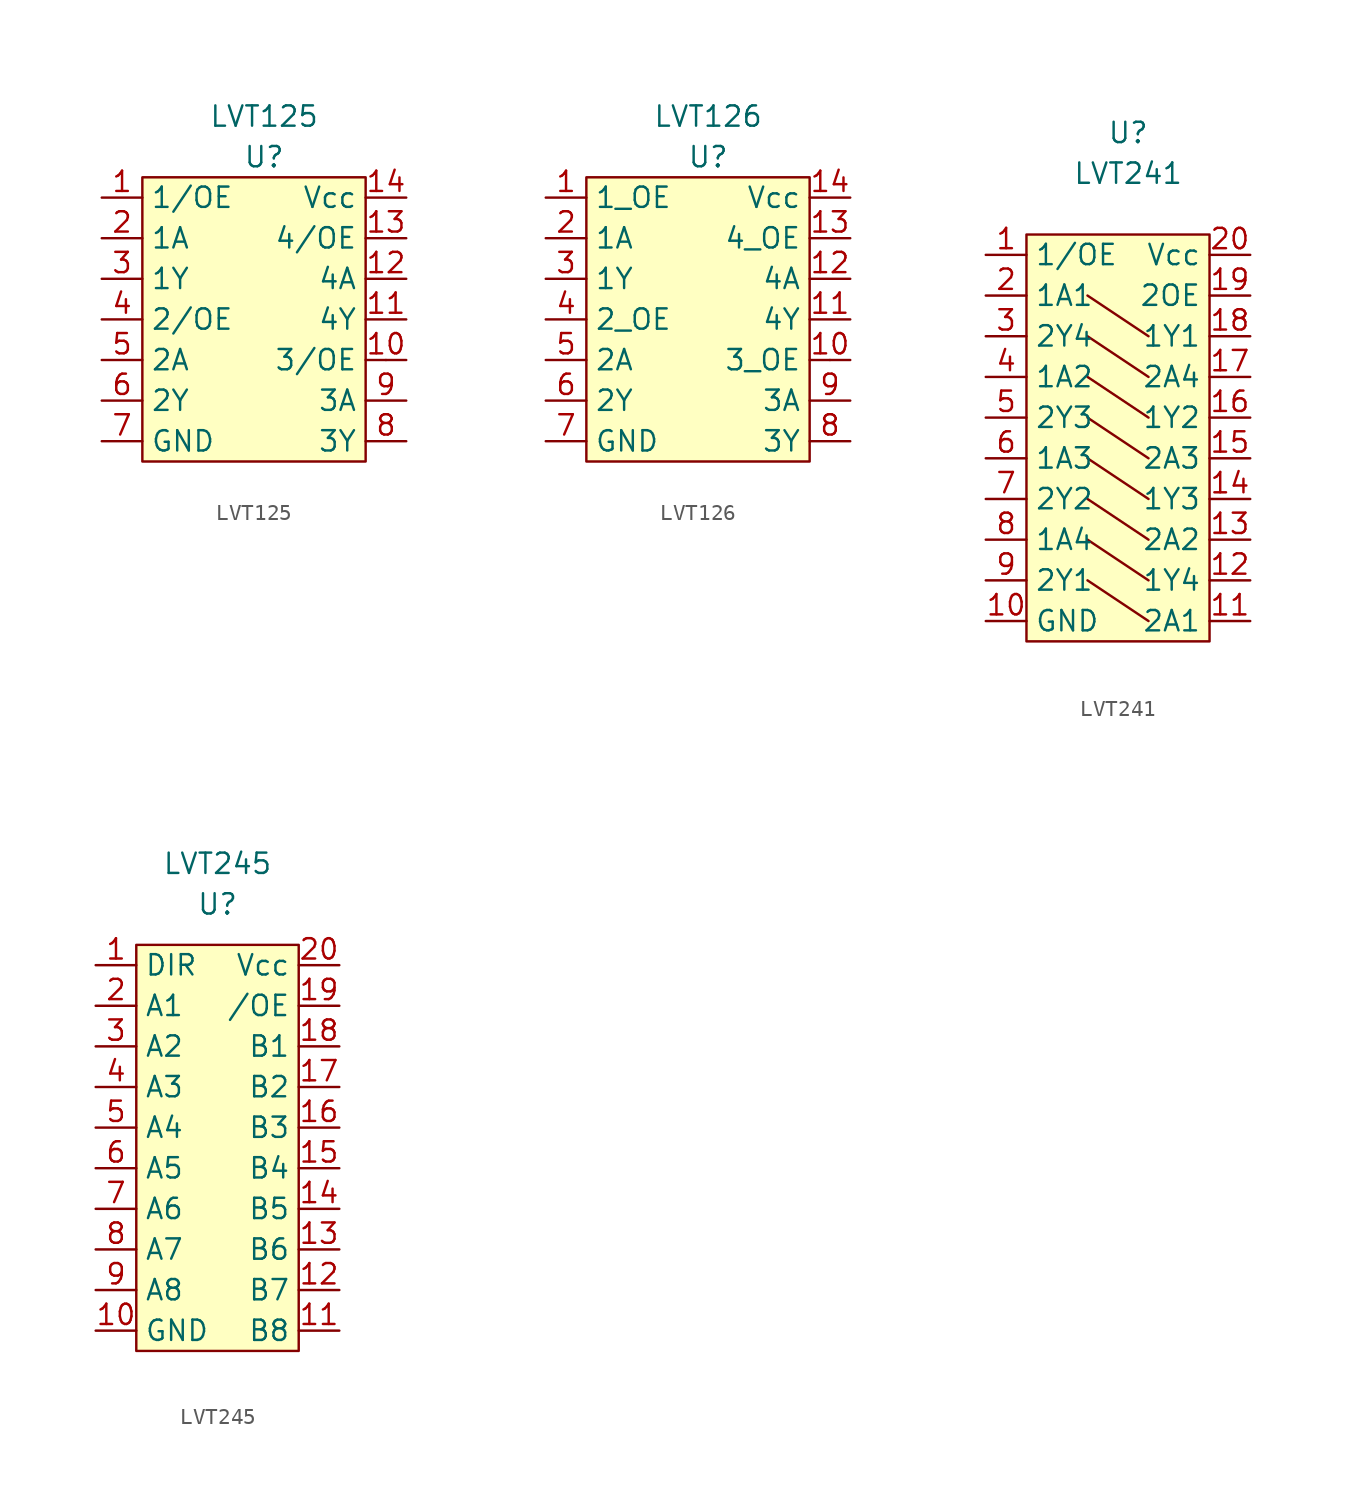
<source format=kicad_sym>
(kicad_symbol_lib
  (version 20211014)
  (generator kicad_symbol_editor)
  (symbol "LVT125"
    (property "Reference" "U"
      (at 0 0 0)
      (effects (font (size 1.27 1.27))))
    (property "Value" "LVT125"
      (at 0 2.54 0)
      (effects (font (size 1.27 1.27))))
    (symbol "LVT125_0_1"
      (rectangle (start -7.62 -1.27) (end 6.35 -19.05) (stroke (width 0) (type default) (color 0 0 0 0)) (fill (type background)))
      (rectangle (start 7.62 -12.7) (end 7.62 -12.7) (stroke (width 0) (type default) (color 0 0 0 0)) (fill (type none))))
    (symbol "LVT125_1_1"
      (pin input line (at -10.16 -2.54 0) (length 2.54) (name "1/OE" (effects (font (size 1.27 1.27)))) (number "1" (effects (font (size 1.27 1.27)))))
      (pin bidirectional line (at 8.89 -12.7 180) (length 2.54) (name "3/OE" (effects (font (size 1.27 1.27)))) (number "10" (effects (font (size 1.27 1.27)))))
      (pin bidirectional line (at 8.89 -10.16 180) (length 2.54) (name "4Y" (effects (font (size 1.27 1.27)))) (number "11" (effects (font (size 1.27 1.27)))))
      (pin bidirectional line (at 8.89 -7.62 180) (length 2.54) (name "4A" (effects (font (size 1.27 1.27)))) (number "12" (effects (font (size 1.27 1.27)))))
      (pin bidirectional line (at 8.89 -5.08 180) (length 2.54) (name "4/OE" (effects (font (size 1.27 1.27)))) (number "13" (effects (font (size 1.27 1.27)))))
      (pin bidirectional line (at 8.89 -2.54 180) (length 2.54) (name "Vcc" (effects (font (size 1.27 1.27)))) (number "14" (effects (font (size 1.27 1.27)))))
      (pin bidirectional line (at -10.16 -5.08 0) (length 2.54) (name "1A" (effects (font (size 1.27 1.27)))) (number "2" (effects (font (size 1.27 1.27)))))
      (pin bidirectional line (at -10.16 -7.62 0) (length 2.54) (name "1Y" (effects (font (size 1.27 1.27)))) (number "3" (effects (font (size 1.27 1.27)))))
      (pin bidirectional line (at -10.16 -10.16 0) (length 2.54) (name "2/OE" (effects (font (size 1.27 1.27)))) (number "4" (effects (font (size 1.27 1.27)))))
      (pin bidirectional line (at -10.16 -12.7 0) (length 2.54) (name "2A" (effects (font (size 1.27 1.27)))) (number "5" (effects (font (size 1.27 1.27)))))
      (pin bidirectional line (at -10.16 -15.24 0) (length 2.54) (name "2Y" (effects (font (size 1.27 1.27)))) (number "6" (effects (font (size 1.27 1.27)))))
      (pin bidirectional line (at -10.16 -17.78 0) (length 2.54) (name "GND" (effects (font (size 1.27 1.27)))) (number "7" (effects (font (size 1.27 1.27)))))
      (pin bidirectional line (at 8.89 -17.78 180) (length 2.54) (name "3Y" (effects (font (size 1.27 1.27)))) (number "8" (effects (font (size 1.27 1.27)))))
      (pin bidirectional line (at 8.89 -15.24 180) (length 2.54) (name "3A" (effects (font (size 1.27 1.27)))) (number "9" (effects (font (size 1.27 1.27)))))))
  (symbol "LVT126"
    (property "Reference" "U"
      (at 0 0 0)
      (effects (font (size 1.27 1.27))))
    (property "Value" "LVT126"
      (at 0 2.54 0)
      (effects (font (size 1.27 1.27))))
    (symbol "LVT126_0_1"
      (rectangle (start -7.62 -1.27) (end 6.35 -19.05) (stroke (width 0) (type default) (color 0 0 0 0)) (fill (type background)))
      (rectangle (start 7.62 -12.7) (end 7.62 -12.7) (stroke (width 0) (type default) (color 0 0 0 0)) (fill (type none))))
    (symbol "LVT126_1_1"
      (pin input line (at -10.16 -2.54 0) (length 2.54) (name "1_OE" (effects (font (size 1.27 1.27)))) (number "1" (effects (font (size 1.27 1.27)))))
      (pin bidirectional line (at 8.89 -12.7 180) (length 2.54) (name "3_OE" (effects (font (size 1.27 1.27)))) (number "10" (effects (font (size 1.27 1.27)))))
      (pin bidirectional line (at 8.89 -10.16 180) (length 2.54) (name "4Y" (effects (font (size 1.27 1.27)))) (number "11" (effects (font (size 1.27 1.27)))))
      (pin bidirectional line (at 8.89 -7.62 180) (length 2.54) (name "4A" (effects (font (size 1.27 1.27)))) (number "12" (effects (font (size 1.27 1.27)))))
      (pin bidirectional line (at 8.89 -5.08 180) (length 2.54) (name "4_OE" (effects (font (size 1.27 1.27)))) (number "13" (effects (font (size 1.27 1.27)))))
      (pin bidirectional line (at 8.89 -2.54 180) (length 2.54) (name "Vcc" (effects (font (size 1.27 1.27)))) (number "14" (effects (font (size 1.27 1.27)))))
      (pin bidirectional line (at -10.16 -5.08 0) (length 2.54) (name "1A" (effects (font (size 1.27 1.27)))) (number "2" (effects (font (size 1.27 1.27)))))
      (pin bidirectional line (at -10.16 -7.62 0) (length 2.54) (name "1Y" (effects (font (size 1.27 1.27)))) (number "3" (effects (font (size 1.27 1.27)))))
      (pin bidirectional line (at -10.16 -10.16 0) (length 2.54) (name "2_OE" (effects (font (size 1.27 1.27)))) (number "4" (effects (font (size 1.27 1.27)))))
      (pin bidirectional line (at -10.16 -12.7 0) (length 2.54) (name "2A" (effects (font (size 1.27 1.27)))) (number "5" (effects (font (size 1.27 1.27)))))
      (pin bidirectional line (at -10.16 -15.24 0) (length 2.54) (name "2Y" (effects (font (size 1.27 1.27)))) (number "6" (effects (font (size 1.27 1.27)))))
      (pin bidirectional line (at -10.16 -17.78 0) (length 2.54) (name "GND" (effects (font (size 1.27 1.27)))) (number "7" (effects (font (size 1.27 1.27)))))
      (pin bidirectional line (at 8.89 -17.78 180) (length 2.54) (name "3Y" (effects (font (size 1.27 1.27)))) (number "8" (effects (font (size 1.27 1.27)))))
      (pin bidirectional line (at 8.89 -15.24 180) (length 2.54) (name "3A" (effects (font (size 1.27 1.27)))) (number "9" (effects (font (size 1.27 1.27)))))))
  (symbol "LVT241"
    (property "Reference" "U"
      (at 0 5.08 0)
      (effects (font (size 1.27 1.27))))
    (property "Value" "LVT241"
      (at 0 2.54 0)
      (effects (font (size 1.27 1.27))))
    (symbol "LVT241_0_1"
      (rectangle (start -6.35 -1.27) (end 5.08 -26.67) (stroke (width 0) (type default) (color 0 0 0 0)) (fill (type background)))
      (polyline (pts (xy -2.54 -22.86) (xy 1.27 -25.4)) (stroke (width 0) (type default) (color 0 0 0 0)) (fill (type none)))
      (polyline (pts (xy -2.54 -20.32) (xy 1.27 -22.86)) (stroke (width 0) (type default) (color 0 0 0 0)) (fill (type none)))
      (polyline (pts (xy -2.54 -17.78) (xy 1.27 -20.32)) (stroke (width 0) (type default) (color 0 0 0 0)) (fill (type none)))
      (polyline (pts (xy -2.54 -15.24) (xy 1.27 -17.78)) (stroke (width 0) (type default) (color 0 0 0 0)) (fill (type none)))
      (polyline (pts (xy -2.54 -12.7) (xy 1.27 -15.24)) (stroke (width 0) (type default) (color 0 0 0 0)) (fill (type none)))
      (polyline (pts (xy -2.54 -10.16) (xy 1.27 -12.7)) (stroke (width 0) (type default) (color 0 0 0 0)) (fill (type none)))
      (polyline (pts (xy -2.54 -7.62) (xy 1.27 -10.16)) (stroke (width 0) (type default) (color 0 0 0 0)) (fill (type none)))
      (polyline (pts (xy -2.54 -5.08) (xy 1.27 -7.62)) (stroke (width 0) (type default) (color 0 0 0 0)) (fill (type none))))
    (symbol "LVT241_1_1"
      (pin input line (at -8.89 -2.54 0) (length 2.54) (name "1/OE" (effects (font (size 1.27 1.27)))) (number "1" (effects (font (size 1.27 1.27)))))
      (pin input line (at -8.89 -25.4 0) (length 2.54) (name "GND" (effects (font (size 1.27 1.27)))) (number "10" (effects (font (size 1.27 1.27)))))
      (pin input line (at 7.62 -25.4 180) (length 2.54) (name "2A1" (effects (font (size 1.27 1.27)))) (number "11" (effects (font (size 1.27 1.27)))))
      (pin input line (at 7.62 -22.86 180) (length 2.54) (name "1Y4" (effects (font (size 1.27 1.27)))) (number "12" (effects (font (size 1.27 1.27)))))
      (pin input line (at 7.62 -20.32 180) (length 2.54) (name "2A2" (effects (font (size 1.27 1.27)))) (number "13" (effects (font (size 1.27 1.27)))))
      (pin input line (at 7.62 -17.78 180) (length 2.54) (name "1Y3" (effects (font (size 1.27 1.27)))) (number "14" (effects (font (size 1.27 1.27)))))
      (pin input line (at 7.62 -15.24 180) (length 2.54) (name "2A3" (effects (font (size 1.27 1.27)))) (number "15" (effects (font (size 1.27 1.27)))))
      (pin input line (at 7.62 -12.7 180) (length 2.54) (name "1Y2" (effects (font (size 1.27 1.27)))) (number "16" (effects (font (size 1.27 1.27)))))
      (pin input line (at 7.62 -10.16 180) (length 2.54) (name "2A4" (effects (font (size 1.27 1.27)))) (number "17" (effects (font (size 1.27 1.27)))))
      (pin input line (at 7.62 -7.62 180) (length 2.54) (name "1Y1" (effects (font (size 1.27 1.27)))) (number "18" (effects (font (size 1.27 1.27)))))
      (pin input line (at 7.62 -5.08 180) (length 2.54) (name "2OE" (effects (font (size 1.27 1.27)))) (number "19" (effects (font (size 1.27 1.27)))))
      (pin input line (at -8.89 -5.08 0) (length 2.54) (name "1A1" (effects (font (size 1.27 1.27)))) (number "2" (effects (font (size 1.27 1.27)))))
      (pin input line (at 7.62 -2.54 180) (length 2.54) (name "Vcc" (effects (font (size 1.27 1.27)))) (number "20" (effects (font (size 1.27 1.27)))))
      (pin input line (at -8.89 -7.62 0) (length 2.54) (name "2Y4" (effects (font (size 1.27 1.27)))) (number "3" (effects (font (size 1.27 1.27)))))
      (pin input line (at -8.89 -10.16 0) (length 2.54) (name "1A2" (effects (font (size 1.27 1.27)))) (number "4" (effects (font (size 1.27 1.27)))))
      (pin input line (at -8.89 -12.7 0) (length 2.54) (name "2Y3" (effects (font (size 1.27 1.27)))) (number "5" (effects (font (size 1.27 1.27)))))
      (pin input line (at -8.89 -15.24 0) (length 2.54) (name "1A3" (effects (font (size 1.27 1.27)))) (number "6" (effects (font (size 1.27 1.27)))))
      (pin input line (at -8.89 -17.78 0) (length 2.54) (name "2Y2" (effects (font (size 1.27 1.27)))) (number "7" (effects (font (size 1.27 1.27)))))
      (pin input line (at -8.89 -20.32 0) (length 2.54) (name "1A4" (effects (font (size 1.27 1.27)))) (number "8" (effects (font (size 1.27 1.27)))))
      (pin input line (at -8.89 -22.86 0) (length 2.54) (name "2Y1" (effects (font (size 1.27 1.27)))) (number "9" (effects (font (size 1.27 1.27)))))))
  (symbol "LVT245"
    (property "Reference" "U"
      (at 0 0 0)
      (effects (font (size 1.27 1.27))))
    (property "Value" "LVT245"
      (at 0 2.54 0)
      (effects (font (size 1.27 1.27))))
    (symbol "LVT245_0_1"
      (rectangle (start 5.08 -2.54) (end -5.08 -27.94) (stroke (width 0) (type default) (color 0 0 0 0)) (fill (type background))))
    (symbol "LVT245_1_1"
      (pin input line (at -7.62 -3.81 0) (length 2.54) (name "DIR" (effects (font (size 1.27 1.27)))) (number "1" (effects (font (size 1.27 1.27)))))
      (pin input line (at -7.62 -26.67 0) (length 2.54) (name "GND" (effects (font (size 1.27 1.27)))) (number "10" (effects (font (size 1.27 1.27)))))
      (pin input line (at 7.62 -26.67 180) (length 2.54) (name "B8" (effects (font (size 1.27 1.27)))) (number "11" (effects (font (size 1.27 1.27)))))
      (pin input line (at 7.62 -24.13 180) (length 2.54) (name "B7" (effects (font (size 1.27 1.27)))) (number "12" (effects (font (size 1.27 1.27)))))
      (pin input line (at 7.62 -21.59 180) (length 2.54) (name "B6" (effects (font (size 1.27 1.27)))) (number "13" (effects (font (size 1.27 1.27)))))
      (pin input line (at 7.62 -19.05 180) (length 2.54) (name "B5" (effects (font (size 1.27 1.27)))) (number "14" (effects (font (size 1.27 1.27)))))
      (pin input line (at 7.62 -16.51 180) (length 2.54) (name "B4" (effects (font (size 1.27 1.27)))) (number "15" (effects (font (size 1.27 1.27)))))
      (pin input line (at 7.62 -13.97 180) (length 2.54) (name "B3" (effects (font (size 1.27 1.27)))) (number "16" (effects (font (size 1.27 1.27)))))
      (pin input line (at 7.62 -11.43 180) (length 2.54) (name "B2" (effects (font (size 1.27 1.27)))) (number "17" (effects (font (size 1.27 1.27)))))
      (pin input line (at 7.62 -8.89 180) (length 2.54) (name "B1" (effects (font (size 1.27 1.27)))) (number "18" (effects (font (size 1.27 1.27)))))
      (pin input line (at 7.62 -6.35 180) (length 2.54) (name "/OE" (effects (font (size 1.27 1.27)))) (number "19" (effects (font (size 1.27 1.27)))))
      (pin input line (at -7.62 -6.35 0) (length 2.54) (name "A1" (effects (font (size 1.27 1.27)))) (number "2" (effects (font (size 1.27 1.27)))))
      (pin input line (at 7.62 -3.81 180) (length 2.54) (name "Vcc" (effects (font (size 1.27 1.27)))) (number "20" (effects (font (size 1.27 1.27)))))
      (pin input line (at -7.62 -8.89 0) (length 2.54) (name "A2" (effects (font (size 1.27 1.27)))) (number "3" (effects (font (size 1.27 1.27)))))
      (pin input line (at -7.62 -11.43 0) (length 2.54) (name "A3" (effects (font (size 1.27 1.27)))) (number "4" (effects (font (size 1.27 1.27)))))
      (pin input line (at -7.62 -13.97 0) (length 2.54) (name "A4" (effects (font (size 1.27 1.27)))) (number "5" (effects (font (size 1.27 1.27)))))
      (pin input line (at -7.62 -16.51 0) (length 2.54) (name "A5" (effects (font (size 1.27 1.27)))) (number "6" (effects (font (size 1.27 1.27)))))
      (pin input line (at -7.62 -19.05 0) (length 2.54) (name "A6" (effects (font (size 1.27 1.27)))) (number "7" (effects (font (size 1.27 1.27)))))
      (pin input line (at -7.62 -21.59 0) (length 2.54) (name "A7" (effects (font (size 1.27 1.27)))) (number "8" (effects (font (size 1.27 1.27)))))
      (pin input line (at -7.62 -24.13 0) (length 2.54) (name "A8" (effects (font (size 1.27 1.27)))) (number "9" (effects (font (size 1.27 1.27))))))))
</source>
